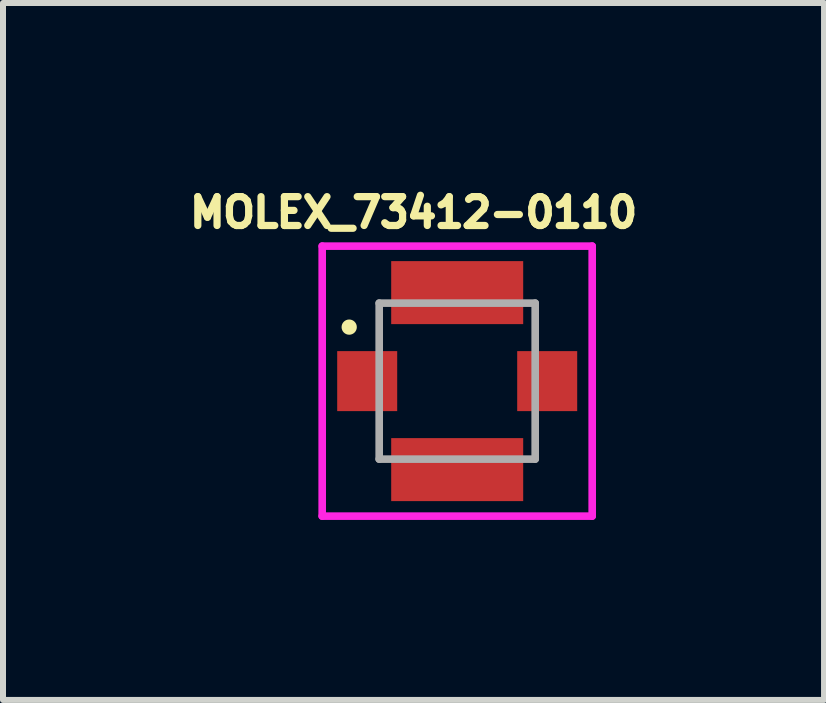
<source format=kicad_pcb>
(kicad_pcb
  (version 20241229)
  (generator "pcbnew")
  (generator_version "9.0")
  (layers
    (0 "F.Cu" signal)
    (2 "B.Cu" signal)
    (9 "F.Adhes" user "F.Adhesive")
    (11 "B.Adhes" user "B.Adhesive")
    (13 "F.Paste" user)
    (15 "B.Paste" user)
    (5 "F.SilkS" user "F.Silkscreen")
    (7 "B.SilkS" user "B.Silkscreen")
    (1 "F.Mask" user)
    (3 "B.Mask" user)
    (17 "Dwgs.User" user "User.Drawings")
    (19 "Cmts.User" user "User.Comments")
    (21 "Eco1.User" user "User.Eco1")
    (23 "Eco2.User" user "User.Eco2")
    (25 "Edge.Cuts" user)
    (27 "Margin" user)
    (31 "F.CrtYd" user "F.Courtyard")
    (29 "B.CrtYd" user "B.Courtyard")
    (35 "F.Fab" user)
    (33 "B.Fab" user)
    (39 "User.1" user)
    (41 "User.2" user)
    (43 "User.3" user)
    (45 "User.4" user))
  (footprint "MOLEX_73412-0110"
    (layer "F.Cu")
    (at 4.57 3.302)
    (property "Reference" "MOLEX_73412-0110" (at -0.727 -2.81 0) (layer "F.SilkS") (effects (font (size 0.481 0.481) (thickness 0.15))))
    (attr smd)
    (fp_circle (center -1.8 -0.9) (end -1.673 -0.9) (stroke (width 0) (type solid)) (fill yes) (layer "F.SilkS"))
    (fp_line (start -2.25 -2.25) (end 2.25 -2.25) (stroke (width 0.127) (type solid)) (layer "F.CrtYd"))
    (fp_line (start -2.25 2.25) (end -2.25 -2.25) (stroke (width 0.127) (type solid)) (layer "F.CrtYd"))
    (fp_line (start 2.25 -2.25) (end 2.25 2.25) (stroke (width 0.127) (type solid)) (layer "F.CrtYd"))
    (fp_line (start 2.25 2.25) (end -2.25 2.25) (stroke (width 0.127) (type solid)) (layer "F.CrtYd"))
    (fp_line (start -1.3 -1.3) (end -1.3 1.3) (stroke (width 0.127) (type solid)) (layer "F.Fab"))
    (fp_line (start -1.3 1.3) (end 1.3 1.3) (stroke (width 0.127) (type solid)) (layer "F.Fab"))
    (fp_line (start 1.3 -1.3) (end -1.3 -1.3) (stroke (width 0.127) (type solid)) (layer "F.Fab"))
    (fp_line (start 1.3 1.3) (end 1.3 -1.3) (stroke (width 0.127) (type solid)) (layer "F.Fab"))
    (pad "1" smd rect (at -1.5 0 90) (size 1 1) (layers "F.Cu" "F.Mask" "F.Paste"))
    (pad "2" smd rect (at 0 1.475 90) (size 1.05 2.2) (layers "F.Cu" "F.Mask" "F.Paste"))
    (pad "3" smd rect (at 1.5 0 90) (size 1 1) (layers "F.Cu" "F.Mask" "F.Paste"))
    (pad "4" smd rect (at 0 -1.475 90) (size 1.05 2.2) (layers "F.Cu" "F.Mask" "F.Paste")))
  (gr_rect
    (start -3 -3)
    (end 10.684 8.616)
    (stroke (width 0.1) (type default))
    (fill no)
    (layer "Edge.Cuts")))
</source>
